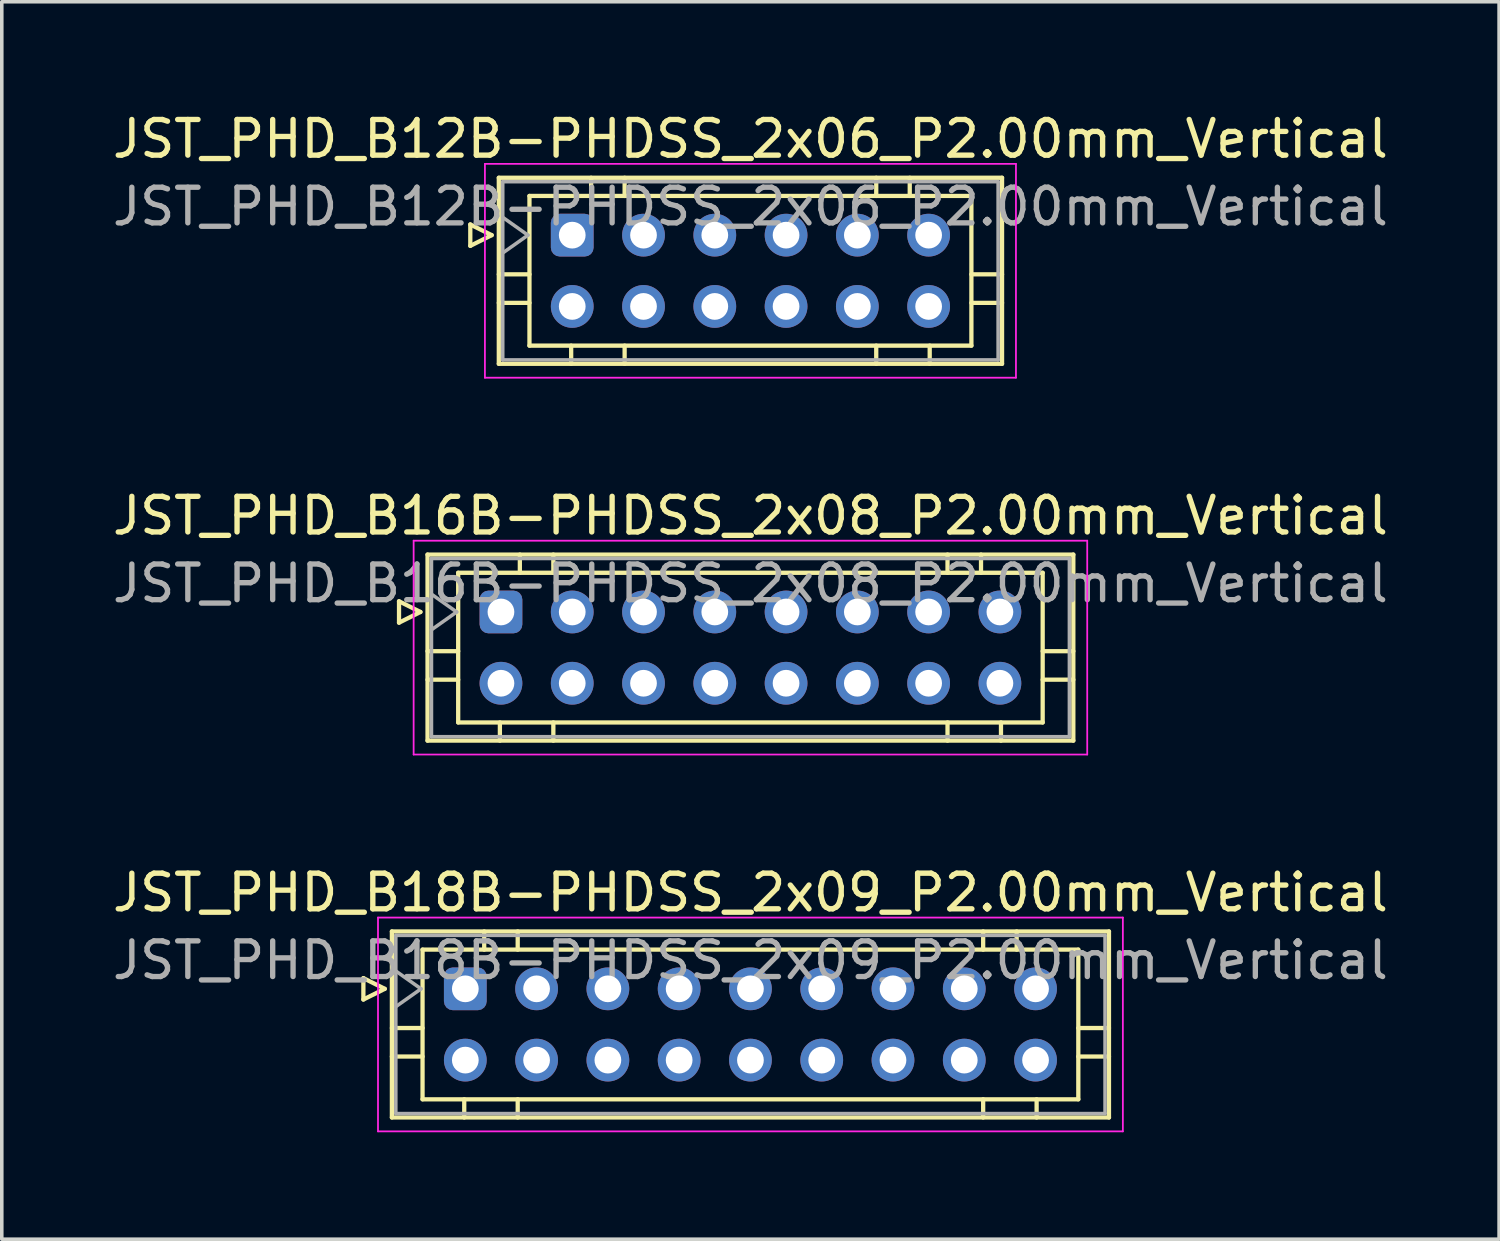
<source format=kicad_pcb>
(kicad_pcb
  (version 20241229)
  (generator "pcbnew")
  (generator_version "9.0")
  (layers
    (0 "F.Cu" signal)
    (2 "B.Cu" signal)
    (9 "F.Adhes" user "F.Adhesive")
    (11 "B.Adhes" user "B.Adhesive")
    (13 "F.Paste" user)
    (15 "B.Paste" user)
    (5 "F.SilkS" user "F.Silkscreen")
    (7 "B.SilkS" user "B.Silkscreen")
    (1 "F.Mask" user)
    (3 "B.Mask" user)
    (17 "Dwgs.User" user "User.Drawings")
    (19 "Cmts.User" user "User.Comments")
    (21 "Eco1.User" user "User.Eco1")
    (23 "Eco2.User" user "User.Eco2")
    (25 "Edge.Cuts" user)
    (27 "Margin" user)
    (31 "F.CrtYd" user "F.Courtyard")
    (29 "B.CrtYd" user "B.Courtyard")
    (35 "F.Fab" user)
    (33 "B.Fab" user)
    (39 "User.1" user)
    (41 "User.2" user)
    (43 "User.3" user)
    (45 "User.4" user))
  (footprint "JST_PHD_B12B-PHDSS_2x06_P2.00mm_Vertical"
    (layer "F.Cu")
    (at 13.006 3.548)
    (property "Reference" "JST_PHD_B12B-PHDSS_2x06_P2.00mm_Vertical" (at 5 -2.7 0) (layer "F.SilkS") (effects (font (size 1 1) (thickness 0.15))))
    (attr through_hole)
    (fp_line (start -2.86 -0.3) (end -2.26 0) (stroke (width 0.12) (type solid)) (layer "F.SilkS"))
    (fp_line (start -2.86 0.3) (end -2.86 -0.3) (stroke (width 0.12) (type solid)) (layer "F.SilkS"))
    (fp_line (start -2.26 0) (end -2.86 0.3) (stroke (width 0.12) (type solid)) (layer "F.SilkS"))
    (fp_line (start -2.06 -1.61) (end -2.06 3.61) (stroke (width 0.12) (type solid)) (layer "F.SilkS"))
    (fp_line (start -2.06 1.1) (end -1.2 1.1) (stroke (width 0.12) (type solid)) (layer "F.SilkS"))
    (fp_line (start -2.06 1.9) (end -1.2 1.9) (stroke (width 0.12) (type solid)) (layer "F.SilkS"))
    (fp_line (start -2.06 3.61) (end 12.06 3.61) (stroke (width 0.12) (type solid)) (layer "F.SilkS"))
    (fp_line (start -1.2 -1.1) (end -1.2 3.1) (stroke (width 0.12) (type solid)) (layer "F.SilkS"))
    (fp_line (start -1.2 3.1) (end 11.2 3.1) (stroke (width 0.12) (type solid)) (layer "F.SilkS"))
    (fp_line (start -0.03 3.61) (end -0.03 3.1) (stroke (width 0.12) (type solid)) (layer "F.SilkS"))
    (fp_line (start 0.53 -1.61) (end 0.53 -1.1) (stroke (width 0.12) (type solid)) (layer "F.SilkS"))
    (fp_line (start 1.47 -1.61) (end 1.47 -1.1) (stroke (width 0.12) (type solid)) (layer "F.SilkS"))
    (fp_line (start 1.47 3.61) (end 1.47 3.1) (stroke (width 0.12) (type solid)) (layer "F.SilkS"))
    (fp_line (start 8.53 -1.61) (end 8.53 -1.1) (stroke (width 0.12) (type solid)) (layer "F.SilkS"))
    (fp_line (start 8.53 3.61) (end 8.53 3.1) (stroke (width 0.12) (type solid)) (layer "F.SilkS"))
    (fp_line (start 9.47 -1.61) (end 9.47 -1.1) (stroke (width 0.12) (type solid)) (layer "F.SilkS"))
    (fp_line (start 10.03 3.61) (end 10.03 3.1) (stroke (width 0.12) (type solid)) (layer "F.SilkS"))
    (fp_line (start 11.2 -1.1) (end -1.2 -1.1) (stroke (width 0.12) (type solid)) (layer "F.SilkS"))
    (fp_line (start 11.2 3.1) (end 11.2 -1.1) (stroke (width 0.12) (type solid)) (layer "F.SilkS"))
    (fp_line (start 12.06 -1.61) (end -2.06 -1.61) (stroke (width 0.12) (type solid)) (layer "F.SilkS"))
    (fp_line (start 12.06 1.1) (end 11.2 1.1) (stroke (width 0.12) (type solid)) (layer "F.SilkS"))
    (fp_line (start 12.06 1.9) (end 11.2 1.9) (stroke (width 0.12) (type solid)) (layer "F.SilkS"))
    (fp_line (start 12.06 3.61) (end 12.06 -1.61) (stroke (width 0.12) (type solid)) (layer "F.SilkS"))
    (fp_line (start -2.45 -2) (end -2.45 4) (stroke (width 0.05) (type solid)) (layer "F.CrtYd"))
    (fp_line (start -2.45 4) (end 12.45 4) (stroke (width 0.05) (type solid)) (layer "F.CrtYd"))
    (fp_line (start 12.45 -2) (end -2.45 -2) (stroke (width 0.05) (type solid)) (layer "F.CrtYd"))
    (fp_line (start 12.45 4) (end 12.45 -2) (stroke (width 0.05) (type solid)) (layer "F.CrtYd"))
    (fp_line (start -1.95 -1.5) (end -1.95 3.5) (stroke (width 0.1) (type solid)) (layer "F.Fab"))
    (fp_line (start -1.95 0.5) (end -1.243 0) (stroke (width 0.1) (type solid)) (layer "F.Fab"))
    (fp_line (start -1.95 3.5) (end 11.95 3.5) (stroke (width 0.1) (type solid)) (layer "F.Fab"))
    (fp_line (start -1.243 0) (end -1.95 -0.5) (stroke (width 0.1) (type solid)) (layer "F.Fab"))
    (fp_line (start 11.95 -1.5) (end -1.95 -1.5) (stroke (width 0.1) (type solid)) (layer "F.Fab"))
    (fp_line (start 11.95 3.5) (end 11.95 -1.5) (stroke (width 0.1) (type solid)) (layer "F.Fab"))
    (fp_text user "${REFERENCE}" (at 5 -0.8 0) (layer "F.Fab") (effects (font (size 1 1) (thickness 0.15))))
    (pad "1" thru_hole roundrect (at 0 0) (size 1.2 1.2) (drill 0.75) (layers "*.Cu" "*.Mask") (roundrect_rratio 0.208))
    (pad "2" thru_hole circle (at 0 2) (size 1.2 1.2) (drill 0.75) (layers "*.Cu" "*.Mask"))
    (pad "3" thru_hole circle (at 2 0) (size 1.2 1.2) (drill 0.75) (layers "*.Cu" "*.Mask"))
    (pad "4" thru_hole circle (at 2 2) (size 1.2 1.2) (drill 0.75) (layers "*.Cu" "*.Mask"))
    (pad "5" thru_hole circle (at 4 0) (size 1.2 1.2) (drill 0.75) (layers "*.Cu" "*.Mask"))
    (pad "6" thru_hole circle (at 4 2) (size 1.2 1.2) (drill 0.75) (layers "*.Cu" "*.Mask"))
    (pad "7" thru_hole circle (at 6 0) (size 1.2 1.2) (drill 0.75) (layers "*.Cu" "*.Mask"))
    (pad "8" thru_hole circle (at 6 2) (size 1.2 1.2) (drill 0.75) (layers "*.Cu" "*.Mask"))
    (pad "9" thru_hole circle (at 8 0) (size 1.2 1.2) (drill 0.75) (layers "*.Cu" "*.Mask"))
    (pad "10" thru_hole circle (at 8 2) (size 1.2 1.2) (drill 0.75) (layers "*.Cu" "*.Mask"))
    (pad "11" thru_hole circle (at 10 0) (size 1.2 1.2) (drill 0.75) (layers "*.Cu" "*.Mask"))
    (pad "12" thru_hole circle (at 10 2) (size 1.2 1.2) (drill 0.75) (layers "*.Cu" "*.Mask")))
  (footprint "JST_PHD_B18B-PHDSS_2x09_P2.00mm_Vertical"
    (layer "F.Cu")
    (at 10.006 24.695)
    (property "Reference" "JST_PHD_B18B-PHDSS_2x09_P2.00mm_Vertical" (at 8 -2.7 0) (layer "F.SilkS") (effects (font (size 1 1) (thickness 0.15))))
    (attr through_hole)
    (fp_line (start -2.86 -0.3) (end -2.26 0) (stroke (width 0.12) (type solid)) (layer "F.SilkS"))
    (fp_line (start -2.86 0.3) (end -2.86 -0.3) (stroke (width 0.12) (type solid)) (layer "F.SilkS"))
    (fp_line (start -2.26 0) (end -2.86 0.3) (stroke (width 0.12) (type solid)) (layer "F.SilkS"))
    (fp_line (start -2.06 -1.61) (end -2.06 3.61) (stroke (width 0.12) (type solid)) (layer "F.SilkS"))
    (fp_line (start -2.06 1.1) (end -1.2 1.1) (stroke (width 0.12) (type solid)) (layer "F.SilkS"))
    (fp_line (start -2.06 1.9) (end -1.2 1.9) (stroke (width 0.12) (type solid)) (layer "F.SilkS"))
    (fp_line (start -2.06 3.61) (end 18.06 3.61) (stroke (width 0.12) (type solid)) (layer "F.SilkS"))
    (fp_line (start -1.2 -1.1) (end -1.2 3.1) (stroke (width 0.12) (type solid)) (layer "F.SilkS"))
    (fp_line (start -1.2 3.1) (end 17.2 3.1) (stroke (width 0.12) (type solid)) (layer "F.SilkS"))
    (fp_line (start -0.03 3.61) (end -0.03 3.1) (stroke (width 0.12) (type solid)) (layer "F.SilkS"))
    (fp_line (start 0.53 -1.61) (end 0.53 -1.1) (stroke (width 0.12) (type solid)) (layer "F.SilkS"))
    (fp_line (start 1.47 -1.61) (end 1.47 -1.1) (stroke (width 0.12) (type solid)) (layer "F.SilkS"))
    (fp_line (start 1.47 3.61) (end 1.47 3.1) (stroke (width 0.12) (type solid)) (layer "F.SilkS"))
    (fp_line (start 14.53 -1.61) (end 14.53 -1.1) (stroke (width 0.12) (type solid)) (layer "F.SilkS"))
    (fp_line (start 14.53 3.61) (end 14.53 3.1) (stroke (width 0.12) (type solid)) (layer "F.SilkS"))
    (fp_line (start 15.47 -1.61) (end 15.47 -1.1) (stroke (width 0.12) (type solid)) (layer "F.SilkS"))
    (fp_line (start 16.03 3.61) (end 16.03 3.1) (stroke (width 0.12) (type solid)) (layer "F.SilkS"))
    (fp_line (start 17.2 -1.1) (end -1.2 -1.1) (stroke (width 0.12) (type solid)) (layer "F.SilkS"))
    (fp_line (start 17.2 3.1) (end 17.2 -1.1) (stroke (width 0.12) (type solid)) (layer "F.SilkS"))
    (fp_line (start 18.06 -1.61) (end -2.06 -1.61) (stroke (width 0.12) (type solid)) (layer "F.SilkS"))
    (fp_line (start 18.06 1.1) (end 17.2 1.1) (stroke (width 0.12) (type solid)) (layer "F.SilkS"))
    (fp_line (start 18.06 1.9) (end 17.2 1.9) (stroke (width 0.12) (type solid)) (layer "F.SilkS"))
    (fp_line (start 18.06 3.61) (end 18.06 -1.61) (stroke (width 0.12) (type solid)) (layer "F.SilkS"))
    (fp_line (start -2.45 -2) (end -2.45 4) (stroke (width 0.05) (type solid)) (layer "F.CrtYd"))
    (fp_line (start -2.45 4) (end 18.45 4) (stroke (width 0.05) (type solid)) (layer "F.CrtYd"))
    (fp_line (start 18.45 -2) (end -2.45 -2) (stroke (width 0.05) (type solid)) (layer "F.CrtYd"))
    (fp_line (start 18.45 4) (end 18.45 -2) (stroke (width 0.05) (type solid)) (layer "F.CrtYd"))
    (fp_line (start -1.95 -1.5) (end -1.95 3.5) (stroke (width 0.1) (type solid)) (layer "F.Fab"))
    (fp_line (start -1.95 0.5) (end -1.243 0) (stroke (width 0.1) (type solid)) (layer "F.Fab"))
    (fp_line (start -1.95 3.5) (end 17.95 3.5) (stroke (width 0.1) (type solid)) (layer "F.Fab"))
    (fp_line (start -1.243 0) (end -1.95 -0.5) (stroke (width 0.1) (type solid)) (layer "F.Fab"))
    (fp_line (start 17.95 -1.5) (end -1.95 -1.5) (stroke (width 0.1) (type solid)) (layer "F.Fab"))
    (fp_line (start 17.95 3.5) (end 17.95 -1.5) (stroke (width 0.1) (type solid)) (layer "F.Fab"))
    (fp_text user "${REFERENCE}" (at 8 -0.8 0) (layer "F.Fab") (effects (font (size 1 1) (thickness 0.15))))
    (pad "1" thru_hole roundrect (at 0 0) (size 1.2 1.2) (drill 0.75) (layers "*.Cu" "*.Mask") (roundrect_rratio 0.208))
    (pad "2" thru_hole circle (at 0 2) (size 1.2 1.2) (drill 0.75) (layers "*.Cu" "*.Mask"))
    (pad "3" thru_hole circle (at 2 0) (size 1.2 1.2) (drill 0.75) (layers "*.Cu" "*.Mask"))
    (pad "4" thru_hole circle (at 2 2) (size 1.2 1.2) (drill 0.75) (layers "*.Cu" "*.Mask"))
    (pad "5" thru_hole circle (at 4 0) (size 1.2 1.2) (drill 0.75) (layers "*.Cu" "*.Mask"))
    (pad "6" thru_hole circle (at 4 2) (size 1.2 1.2) (drill 0.75) (layers "*.Cu" "*.Mask"))
    (pad "7" thru_hole circle (at 6 0) (size 1.2 1.2) (drill 0.75) (layers "*.Cu" "*.Mask"))
    (pad "8" thru_hole circle (at 6 2) (size 1.2 1.2) (drill 0.75) (layers "*.Cu" "*.Mask"))
    (pad "9" thru_hole circle (at 8 0) (size 1.2 1.2) (drill 0.75) (layers "*.Cu" "*.Mask"))
    (pad "10" thru_hole circle (at 8 2) (size 1.2 1.2) (drill 0.75) (layers "*.Cu" "*.Mask"))
    (pad "11" thru_hole circle (at 10 0) (size 1.2 1.2) (drill 0.75) (layers "*.Cu" "*.Mask"))
    (pad "12" thru_hole circle (at 10 2) (size 1.2 1.2) (drill 0.75) (layers "*.Cu" "*.Mask"))
    (pad "13" thru_hole circle (at 12 0) (size 1.2 1.2) (drill 0.75) (layers "*.Cu" "*.Mask"))
    (pad "14" thru_hole circle (at 12 2) (size 1.2 1.2) (drill 0.75) (layers "*.Cu" "*.Mask"))
    (pad "15" thru_hole circle (at 14 0) (size 1.2 1.2) (drill 0.75) (layers "*.Cu" "*.Mask"))
    (pad "16" thru_hole circle (at 14 2) (size 1.2 1.2) (drill 0.75) (layers "*.Cu" "*.Mask"))
    (pad "17" thru_hole circle (at 16 0) (size 1.2 1.2) (drill 0.75) (layers "*.Cu" "*.Mask"))
    (pad "18" thru_hole circle (at 16 2) (size 1.2 1.2) (drill 0.75) (layers "*.Cu" "*.Mask")))
  (footprint "JST_PHD_B16B-PHDSS_2x08_P2.00mm_Vertical"
    (layer "F.Cu")
    (at 11.006 14.121)
    (property "Reference" "JST_PHD_B16B-PHDSS_2x08_P2.00mm_Vertical" (at 7 -2.7 0) (layer "F.SilkS") (effects (font (size 1 1) (thickness 0.15))))
    (attr through_hole)
    (fp_line (start -2.86 -0.3) (end -2.26 0) (stroke (width 0.12) (type solid)) (layer "F.SilkS"))
    (fp_line (start -2.86 0.3) (end -2.86 -0.3) (stroke (width 0.12) (type solid)) (layer "F.SilkS"))
    (fp_line (start -2.26 0) (end -2.86 0.3) (stroke (width 0.12) (type solid)) (layer "F.SilkS"))
    (fp_line (start -2.06 -1.61) (end -2.06 3.61) (stroke (width 0.12) (type solid)) (layer "F.SilkS"))
    (fp_line (start -2.06 1.1) (end -1.2 1.1) (stroke (width 0.12) (type solid)) (layer "F.SilkS"))
    (fp_line (start -2.06 1.9) (end -1.2 1.9) (stroke (width 0.12) (type solid)) (layer "F.SilkS"))
    (fp_line (start -2.06 3.61) (end 16.06 3.61) (stroke (width 0.12) (type solid)) (layer "F.SilkS"))
    (fp_line (start -1.2 -1.1) (end -1.2 3.1) (stroke (width 0.12) (type solid)) (layer "F.SilkS"))
    (fp_line (start -1.2 3.1) (end 15.2 3.1) (stroke (width 0.12) (type solid)) (layer "F.SilkS"))
    (fp_line (start -0.03 3.61) (end -0.03 3.1) (stroke (width 0.12) (type solid)) (layer "F.SilkS"))
    (fp_line (start 0.53 -1.61) (end 0.53 -1.1) (stroke (width 0.12) (type solid)) (layer "F.SilkS"))
    (fp_line (start 1.47 -1.61) (end 1.47 -1.1) (stroke (width 0.12) (type solid)) (layer "F.SilkS"))
    (fp_line (start 1.47 3.61) (end 1.47 3.1) (stroke (width 0.12) (type solid)) (layer "F.SilkS"))
    (fp_line (start 12.53 -1.61) (end 12.53 -1.1) (stroke (width 0.12) (type solid)) (layer "F.SilkS"))
    (fp_line (start 12.53 3.61) (end 12.53 3.1) (stroke (width 0.12) (type solid)) (layer "F.SilkS"))
    (fp_line (start 13.47 -1.61) (end 13.47 -1.1) (stroke (width 0.12) (type solid)) (layer "F.SilkS"))
    (fp_line (start 14.03 3.61) (end 14.03 3.1) (stroke (width 0.12) (type solid)) (layer "F.SilkS"))
    (fp_line (start 15.2 -1.1) (end -1.2 -1.1) (stroke (width 0.12) (type solid)) (layer "F.SilkS"))
    (fp_line (start 15.2 3.1) (end 15.2 -1.1) (stroke (width 0.12) (type solid)) (layer "F.SilkS"))
    (fp_line (start 16.06 -1.61) (end -2.06 -1.61) (stroke (width 0.12) (type solid)) (layer "F.SilkS"))
    (fp_line (start 16.06 1.1) (end 15.2 1.1) (stroke (width 0.12) (type solid)) (layer "F.SilkS"))
    (fp_line (start 16.06 1.9) (end 15.2 1.9) (stroke (width 0.12) (type solid)) (layer "F.SilkS"))
    (fp_line (start 16.06 3.61) (end 16.06 -1.61) (stroke (width 0.12) (type solid)) (layer "F.SilkS"))
    (fp_line (start -2.45 -2) (end -2.45 4) (stroke (width 0.05) (type solid)) (layer "F.CrtYd"))
    (fp_line (start -2.45 4) (end 16.45 4) (stroke (width 0.05) (type solid)) (layer "F.CrtYd"))
    (fp_line (start 16.45 -2) (end -2.45 -2) (stroke (width 0.05) (type solid)) (layer "F.CrtYd"))
    (fp_line (start 16.45 4) (end 16.45 -2) (stroke (width 0.05) (type solid)) (layer "F.CrtYd"))
    (fp_line (start -1.95 -1.5) (end -1.95 3.5) (stroke (width 0.1) (type solid)) (layer "F.Fab"))
    (fp_line (start -1.95 0.5) (end -1.243 0) (stroke (width 0.1) (type solid)) (layer "F.Fab"))
    (fp_line (start -1.95 3.5) (end 15.95 3.5) (stroke (width 0.1) (type solid)) (layer "F.Fab"))
    (fp_line (start -1.243 0) (end -1.95 -0.5) (stroke (width 0.1) (type solid)) (layer "F.Fab"))
    (fp_line (start 15.95 -1.5) (end -1.95 -1.5) (stroke (width 0.1) (type solid)) (layer "F.Fab"))
    (fp_line (start 15.95 3.5) (end 15.95 -1.5) (stroke (width 0.1) (type solid)) (layer "F.Fab"))
    (fp_text user "${REFERENCE}" (at 7 -0.8 0) (layer "F.Fab") (effects (font (size 1 1) (thickness 0.15))))
    (pad "1" thru_hole roundrect (at 0 0) (size 1.2 1.2) (drill 0.75) (layers "*.Cu" "*.Mask") (roundrect_rratio 0.208))
    (pad "2" thru_hole circle (at 0 2) (size 1.2 1.2) (drill 0.75) (layers "*.Cu" "*.Mask"))
    (pad "3" thru_hole circle (at 2 0) (size 1.2 1.2) (drill 0.75) (layers "*.Cu" "*.Mask"))
    (pad "4" thru_hole circle (at 2 2) (size 1.2 1.2) (drill 0.75) (layers "*.Cu" "*.Mask"))
    (pad "5" thru_hole circle (at 4 0) (size 1.2 1.2) (drill 0.75) (layers "*.Cu" "*.Mask"))
    (pad "6" thru_hole circle (at 4 2) (size 1.2 1.2) (drill 0.75) (layers "*.Cu" "*.Mask"))
    (pad "7" thru_hole circle (at 6 0) (size 1.2 1.2) (drill 0.75) (layers "*.Cu" "*.Mask"))
    (pad "8" thru_hole circle (at 6 2) (size 1.2 1.2) (drill 0.75) (layers "*.Cu" "*.Mask"))
    (pad "9" thru_hole circle (at 8 0) (size 1.2 1.2) (drill 0.75) (layers "*.Cu" "*.Mask"))
    (pad "10" thru_hole circle (at 8 2) (size 1.2 1.2) (drill 0.75) (layers "*.Cu" "*.Mask"))
    (pad "11" thru_hole circle (at 10 0) (size 1.2 1.2) (drill 0.75) (layers "*.Cu" "*.Mask"))
    (pad "12" thru_hole circle (at 10 2) (size 1.2 1.2) (drill 0.75) (layers "*.Cu" "*.Mask"))
    (pad "13" thru_hole circle (at 12 0) (size 1.2 1.2) (drill 0.75) (layers "*.Cu" "*.Mask"))
    (pad "14" thru_hole circle (at 12 2) (size 1.2 1.2) (drill 0.75) (layers "*.Cu" "*.Mask"))
    (pad "15" thru_hole circle (at 14 0) (size 1.2 1.2) (drill 0.75) (layers "*.Cu" "*.Mask"))
    (pad "16" thru_hole circle (at 14 2) (size 1.2 1.2) (drill 0.75) (layers "*.Cu" "*.Mask")))
  (gr_rect
    (start -3 -3)
    (end 39.012 31.72)
    (stroke (width 0.1) (type default))
    (fill no)
    (layer "Edge.Cuts")))
</source>
